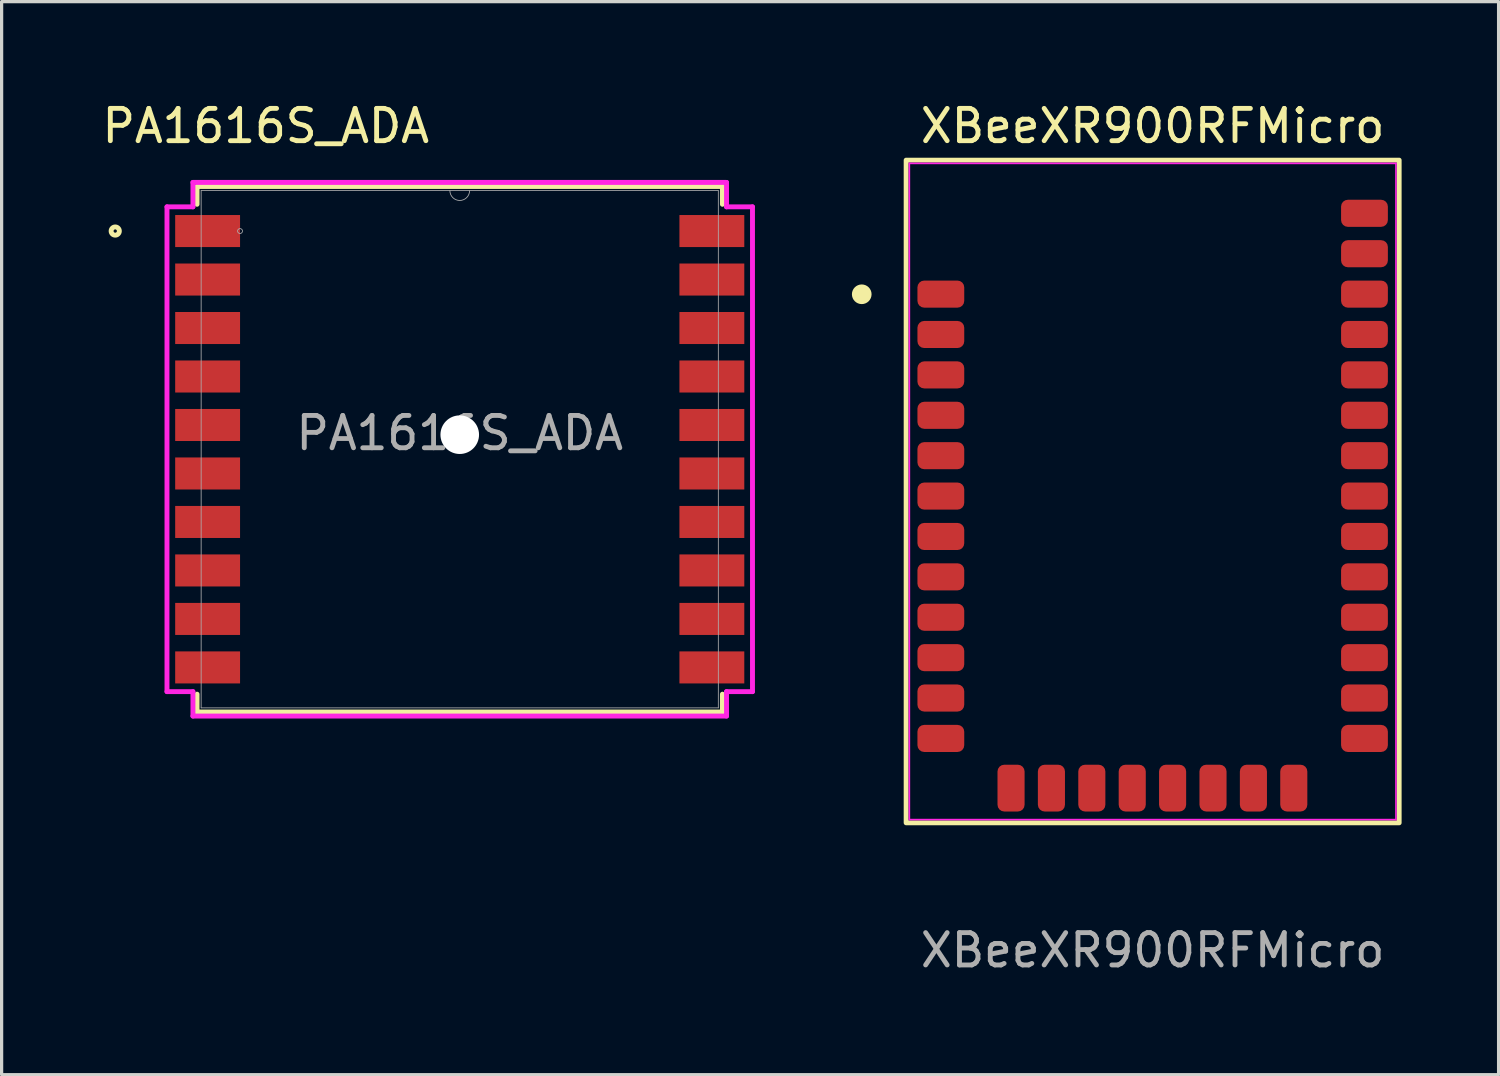
<source format=kicad_pcb>
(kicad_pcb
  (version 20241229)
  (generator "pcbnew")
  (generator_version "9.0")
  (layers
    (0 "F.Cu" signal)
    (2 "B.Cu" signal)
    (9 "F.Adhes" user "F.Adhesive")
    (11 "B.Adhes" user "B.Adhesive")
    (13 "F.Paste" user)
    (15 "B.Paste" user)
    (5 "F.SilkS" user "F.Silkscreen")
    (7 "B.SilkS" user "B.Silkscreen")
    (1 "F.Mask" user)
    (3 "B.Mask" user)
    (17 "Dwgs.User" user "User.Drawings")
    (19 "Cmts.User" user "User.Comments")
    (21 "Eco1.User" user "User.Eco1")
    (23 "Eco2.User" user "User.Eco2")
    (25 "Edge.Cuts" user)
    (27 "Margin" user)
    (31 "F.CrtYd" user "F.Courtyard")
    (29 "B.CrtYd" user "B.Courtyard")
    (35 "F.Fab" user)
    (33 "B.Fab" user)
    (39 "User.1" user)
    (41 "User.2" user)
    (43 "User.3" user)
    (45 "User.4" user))
  (footprint "XBeeXR900RFMicro"
    (layer "F.Cu")
    (at 32.61 12.598)
    (property "Reference" "XBeeXR900RFMicro" (at 0 -11.75 0) (unlocked yes) (layer "F.SilkS") (effects (font (size 1 1) (thickness 0.15))))
    (attr smd)
    (fp_rect (start -7.627 -10.694) (end 7.627 9.808) (stroke (width 0.15) (type default)) (fill no) (layer "F.SilkS"))
    (fp_circle (center -9 -6.544) (end -8.746 -6.544) (stroke (width 0.1) (type solid)) (fill yes) (layer "F.SilkS"))
    (fp_line (start -7.527 -10.594) (end -7.527 9.708) (stroke (width 0.05) (type default)) (layer "F.CrtYd"))
    (fp_line (start -7.527 -10.594) (end 7.527 -10.594) (stroke (width 0.05) (type default)) (layer "F.CrtYd"))
    (fp_line (start 7.527 -10.594) (end 7.527 9.708) (stroke (width 0.05) (type default)) (layer "F.CrtYd"))
    (fp_line (start 7.527 9.708) (end -7.527 9.708) (stroke (width 0.05) (type default)) (layer "F.CrtYd"))
    (fp_text user "${REFERENCE}" (at 0 13.75 0) (unlocked yes) (layer "F.Fab") (effects (font (size 1 1) (thickness 0.15))))
    (pad "1" smd roundrect (at -6.553 -6.549) (size 1.448 0.838) (layers "F.Cu" "F.Mask" "F.Paste") (roundrect_rratio 0.25))
    (pad "2" smd roundrect (at -6.553 -5.3) (size 1.448 0.838) (layers "F.Cu" "F.Mask" "F.Paste") (roundrect_rratio 0.25))
    (pad "3" smd roundrect (at -6.553 -4.05) (size 1.448 0.838) (layers "F.Cu" "F.Mask" "F.Paste") (roundrect_rratio 0.25))
    (pad "4" smd roundrect (at -6.553 -2.8) (size 1.448 0.838) (layers "F.Cu" "F.Mask" "F.Paste") (roundrect_rratio 0.25))
    (pad "5" smd roundrect (at -6.553 -1.551) (size 1.448 0.838) (layers "F.Cu" "F.Mask" "F.Paste") (roundrect_rratio 0.25))
    (pad "6" smd roundrect (at -6.553 -0.301) (size 1.448 0.838) (layers "F.Cu" "F.Mask" "F.Paste") (roundrect_rratio 0.25))
    (pad "7" smd roundrect (at -6.553 0.949) (size 1.448 0.838) (layers "F.Cu" "F.Mask" "F.Paste") (roundrect_rratio 0.25))
    (pad "8" smd roundrect (at -6.553 2.198) (size 1.448 0.838) (layers "F.Cu" "F.Mask" "F.Paste") (roundrect_rratio 0.25))
    (pad "9" smd roundrect (at -6.553 3.448) (size 1.448 0.838) (layers "F.Cu" "F.Mask" "F.Paste") (roundrect_rratio 0.25))
    (pad "10" smd roundrect (at -6.553 4.698) (size 1.448 0.838) (layers "F.Cu" "F.Mask" "F.Paste") (roundrect_rratio 0.25))
    (pad "11" smd roundrect (at -6.553 5.947) (size 1.448 0.838) (layers "F.Cu" "F.Mask" "F.Paste") (roundrect_rratio 0.25))
    (pad "12" smd roundrect (at -6.553 7.197) (size 1.448 0.838) (layers "F.Cu" "F.Mask" "F.Paste") (roundrect_rratio 0.25))
    (pad "13" smd roundrect (at -4.381 8.734 90) (size 1.448 0.838) (layers "F.Cu" "F.Mask" "F.Paste") (roundrect_rratio 0.25))
    (pad "14" smd roundrect (at -3.132 8.734 90) (size 1.448 0.838) (layers "F.Cu" "F.Mask" "F.Paste") (roundrect_rratio 0.25))
    (pad "15" smd roundrect (at -1.882 8.734 90) (size 1.448 0.838) (layers "F.Cu" "F.Mask" "F.Paste") (roundrect_rratio 0.25))
    (pad "16" smd roundrect (at -0.632 8.734 90) (size 1.448 0.838) (layers "F.Cu" "F.Mask" "F.Paste") (roundrect_rratio 0.25))
    (pad "17" smd roundrect (at 0.617 8.734 90) (size 1.448 0.838) (layers "F.Cu" "F.Mask" "F.Paste") (roundrect_rratio 0.25))
    (pad "18" smd roundrect (at 1.867 8.734 90) (size 1.448 0.838) (layers "F.Cu" "F.Mask" "F.Paste") (roundrect_rratio 0.25))
    (pad "19" smd roundrect (at 3.117 8.734 90) (size 1.448 0.838) (layers "F.Cu" "F.Mask" "F.Paste") (roundrect_rratio 0.25))
    (pad "20" smd roundrect (at 4.366 8.734 90) (size 1.448 0.838) (layers "F.Cu" "F.Mask" "F.Paste") (roundrect_rratio 0.25))
    (pad "21" smd roundrect (at 6.553 7.197) (size 1.448 0.838) (layers "F.Cu" "F.Mask" "F.Paste") (roundrect_rratio 0.25))
    (pad "22" smd roundrect (at 6.553 5.947) (size 1.448 0.838) (layers "F.Cu" "F.Mask" "F.Paste") (roundrect_rratio 0.25))
    (pad "23" smd roundrect (at 6.553 4.698) (size 1.448 0.838) (layers "F.Cu" "F.Mask" "F.Paste") (roundrect_rratio 0.25))
    (pad "24" smd roundrect (at 6.553 3.448) (size 1.448 0.838) (layers "F.Cu" "F.Mask" "F.Paste") (roundrect_rratio 0.25))
    (pad "25" smd roundrect (at 6.553 2.198) (size 1.448 0.838) (layers "F.Cu" "F.Mask" "F.Paste") (roundrect_rratio 0.25))
    (pad "26" smd roundrect (at 6.553 0.949) (size 1.448 0.838) (layers "F.Cu" "F.Mask" "F.Paste") (roundrect_rratio 0.25))
    (pad "27" smd roundrect (at 6.553 -0.301) (size 1.448 0.838) (layers "F.Cu" "F.Mask" "F.Paste") (roundrect_rratio 0.25))
    (pad "28" smd roundrect (at 6.553 -1.551) (size 1.448 0.838) (layers "F.Cu" "F.Mask" "F.Paste") (roundrect_rratio 0.25))
    (pad "29" smd roundrect (at 6.553 -2.8) (size 1.448 0.838) (layers "F.Cu" "F.Mask" "F.Paste") (roundrect_rratio 0.25))
    (pad "30" smd roundrect (at 6.553 -4.05) (size 1.448 0.838) (layers "F.Cu" "F.Mask" "F.Paste") (roundrect_rratio 0.25))
    (pad "31" smd roundrect (at 6.553 -5.3) (size 1.448 0.838) (layers "F.Cu" "F.Mask" "F.Paste") (roundrect_rratio 0.25))
    (pad "32" smd roundrect (at 6.553 -6.549) (size 1.448 0.838) (layers "F.Cu" "F.Mask" "F.Paste") (roundrect_rratio 0.25))
    (pad "33" smd roundrect (at 6.553 -7.799) (size 1.448 0.838) (layers "F.Cu" "F.Mask" "F.Paste") (roundrect_rratio 0.25))
    (pad "34" smd roundrect (at 6.553 -9.049) (size 1.448 0.838) (layers "F.Cu" "F.Mask" "F.Paste") (roundrect_rratio 0.25))
    (zone (net_name "") (layers "F.Cu" "B.Cu" "F.Paste" "B.Paste") (name "RF-KEEPOUT") (hatch edge 0.5) (connect_pads) (min_thickness 0.25) (filled_areas_thickness no) (keepout (tracks not_allowed) (vias not_allowed) (pads not_allowed) (copperpour not_allowed) (footprints allowed)) (placement (enabled no)) (fill) (polygon (pts (xy 33.715 7.324) (xy 36.255 7.324) (xy 36.255 3.514) (xy 33.715 3.514)))))
  (footprint "PA1616S_ADA"
    (layer "F.Cu")
    (at 11.173 10.848)
    (property "Reference" "PA1616S_ADA" (at -6 -10 0) (unlocked yes) (layer "F.SilkS") (effects (font (size 1 1) (thickness 0.15))))
    (attr smd)
    (fp_line (start -8.127 -8.128) (end -8.127 -7.578) (stroke (width 0.152) (type solid)) (layer "F.SilkS"))
    (fp_line (start -8.127 7.578) (end -8.127 8.128) (stroke (width 0.152) (type solid)) (layer "F.SilkS"))
    (fp_line (start -8.127 8.128) (end 8.127 8.128) (stroke (width 0.152) (type solid)) (layer "F.SilkS"))
    (fp_line (start 8.127 -8.128) (end -8.127 -8.128) (stroke (width 0.152) (type solid)) (layer "F.SilkS"))
    (fp_line (start 8.127 -7.578) (end 8.127 -8.128) (stroke (width 0.152) (type solid)) (layer "F.SilkS"))
    (fp_line (start 8.127 8.128) (end 8.127 7.578) (stroke (width 0.152) (type solid)) (layer "F.SilkS"))
    (fp_circle (center -10.658 -6.75) (end -10.531 -6.75) (stroke (width 0.152) (type solid)) (fill no) (layer "F.SilkS"))
    (fp_line (start -9.057 -7.499) (end -8.254 -7.499) (stroke (width 0.152) (type solid)) (layer "F.CrtYd"))
    (fp_line (start -9.057 7.499) (end -9.057 -7.499) (stroke (width 0.152) (type solid)) (layer "F.CrtYd"))
    (fp_line (start -9.057 7.499) (end -8.254 7.499) (stroke (width 0.152) (type solid)) (layer "F.CrtYd"))
    (fp_line (start -8.254 -8.255) (end 8.254 -8.255) (stroke (width 0.152) (type solid)) (layer "F.CrtYd"))
    (fp_line (start -8.254 -7.499) (end -8.254 -8.255) (stroke (width 0.152) (type solid)) (layer "F.CrtYd"))
    (fp_line (start -8.254 8.255) (end -8.254 7.499) (stroke (width 0.152) (type solid)) (layer "F.CrtYd"))
    (fp_line (start 8.254 -8.255) (end 8.254 -7.499) (stroke (width 0.152) (type solid)) (layer "F.CrtYd"))
    (fp_line (start 8.254 7.499) (end 8.254 8.255) (stroke (width 0.152) (type solid)) (layer "F.CrtYd"))
    (fp_line (start 8.254 8.255) (end -8.254 8.255) (stroke (width 0.152) (type solid)) (layer "F.CrtYd"))
    (fp_line (start 9.057 -7.499) (end 8.254 -7.499) (stroke (width 0.152) (type solid)) (layer "F.CrtYd"))
    (fp_line (start 9.057 -7.499) (end 9.057 7.499) (stroke (width 0.152) (type solid)) (layer "F.CrtYd"))
    (fp_line (start 9.057 7.499) (end 8.254 7.499) (stroke (width 0.152) (type solid)) (layer "F.CrtYd"))
    (fp_line (start -8 -8.001) (end -8 8.001) (stroke (width 0.025) (type solid)) (layer "F.Fab"))
    (fp_line (start -8 8.001) (end 8 8.001) (stroke (width 0.025) (type solid)) (layer "F.Fab"))
    (fp_line (start 8 -8.001) (end -8 -8.001) (stroke (width 0.025) (type solid)) (layer "F.Fab"))
    (fp_line (start 8 8.001) (end 8 -8.001) (stroke (width 0.025) (type solid)) (layer "F.Fab"))
    (fp_arc (start 0.3048 -8.001) (mid 0 -7.6962) (end -0.3048 -8.001) (stroke (width 0.0254) (type solid)) (layer "F.Fab"))
    (fp_circle (center -6.797 -6.75) (end -6.721 -6.75) (stroke (width 0.025) (type solid)) (fill no) (layer "F.Fab"))
    (fp_text user "${REFERENCE}" (at 0 -0.5 0) (unlocked yes) (layer "F.Fab") (effects (font (size 1 1) (thickness 0.15))))
    (pad "" np_thru_hole circle (at 0 -0.45) (size 1.194 1.194) (drill 1.194) (layers "*.Cu" "*.Mask"))
    (pad "1" smd rect (at -7.8 -6.75) (size 2.007 0.991) (layers "F.Cu" "F.Mask" "F.Paste"))
    (pad "2" smd rect (at -7.8 -5.25) (size 2.007 0.991) (layers "F.Cu" "F.Mask" "F.Paste"))
    (pad "3" smd rect (at -7.8 -3.75) (size 2.007 0.991) (layers "F.Cu" "F.Mask" "F.Paste"))
    (pad "4" smd rect (at -7.8 -2.25) (size 2.007 0.991) (layers "F.Cu" "F.Mask" "F.Paste"))
    (pad "5" smd rect (at -7.8 -0.75) (size 2.007 0.991) (layers "F.Cu" "F.Mask" "F.Paste"))
    (pad "6" smd rect (at -7.8 0.75) (size 2.007 0.991) (layers "F.Cu" "F.Mask" "F.Paste"))
    (pad "7" smd rect (at -7.8 2.25) (size 2.007 0.991) (layers "F.Cu" "F.Mask" "F.Paste"))
    (pad "8" smd rect (at -7.8 3.75) (size 2.007 0.991) (layers "F.Cu" "F.Mask" "F.Paste"))
    (pad "9" smd rect (at -7.8 5.25) (size 2.007 0.991) (layers "F.Cu" "F.Mask" "F.Paste"))
    (pad "10" smd rect (at -7.8 6.75) (size 2.007 0.991) (layers "F.Cu" "F.Mask" "F.Paste"))
    (pad "11" smd rect (at 7.8 6.75) (size 2.007 0.991) (layers "F.Cu" "F.Mask" "F.Paste"))
    (pad "12" smd rect (at 7.8 5.25) (size 2.007 0.991) (layers "F.Cu" "F.Mask" "F.Paste"))
    (pad "13" smd rect (at 7.8 3.75) (size 2.007 0.991) (layers "F.Cu" "F.Mask" "F.Paste"))
    (pad "14" smd rect (at 7.8 2.25) (size 2.007 0.991) (layers "F.Cu" "F.Mask" "F.Paste"))
    (pad "15" smd rect (at 7.8 0.75) (size 2.007 0.991) (layers "F.Cu" "F.Mask" "F.Paste"))
    (pad "16" smd rect (at 7.8 -0.75) (size 2.007 0.991) (layers "F.Cu" "F.Mask" "F.Paste"))
    (pad "17" smd rect (at 7.8 -2.25) (size 2.007 0.991) (layers "F.Cu" "F.Mask" "F.Paste"))
    (pad "18" smd rect (at 7.8 -3.75) (size 2.007 0.991) (layers "F.Cu" "F.Mask" "F.Paste"))
    (pad "19" smd rect (at 7.8 -5.25) (size 2.007 0.991) (layers "F.Cu" "F.Mask" "F.Paste"))
    (pad "20" smd rect (at 7.8 -6.75) (size 2.007 0.991) (layers "F.Cu" "F.Mask" "F.Paste")))
  (gr_rect
    (start -3 -3)
    (end 43.312 30.197)
    (stroke (width 0.1) (type default))
    (fill no)
    (layer "Edge.Cuts")))
</source>
